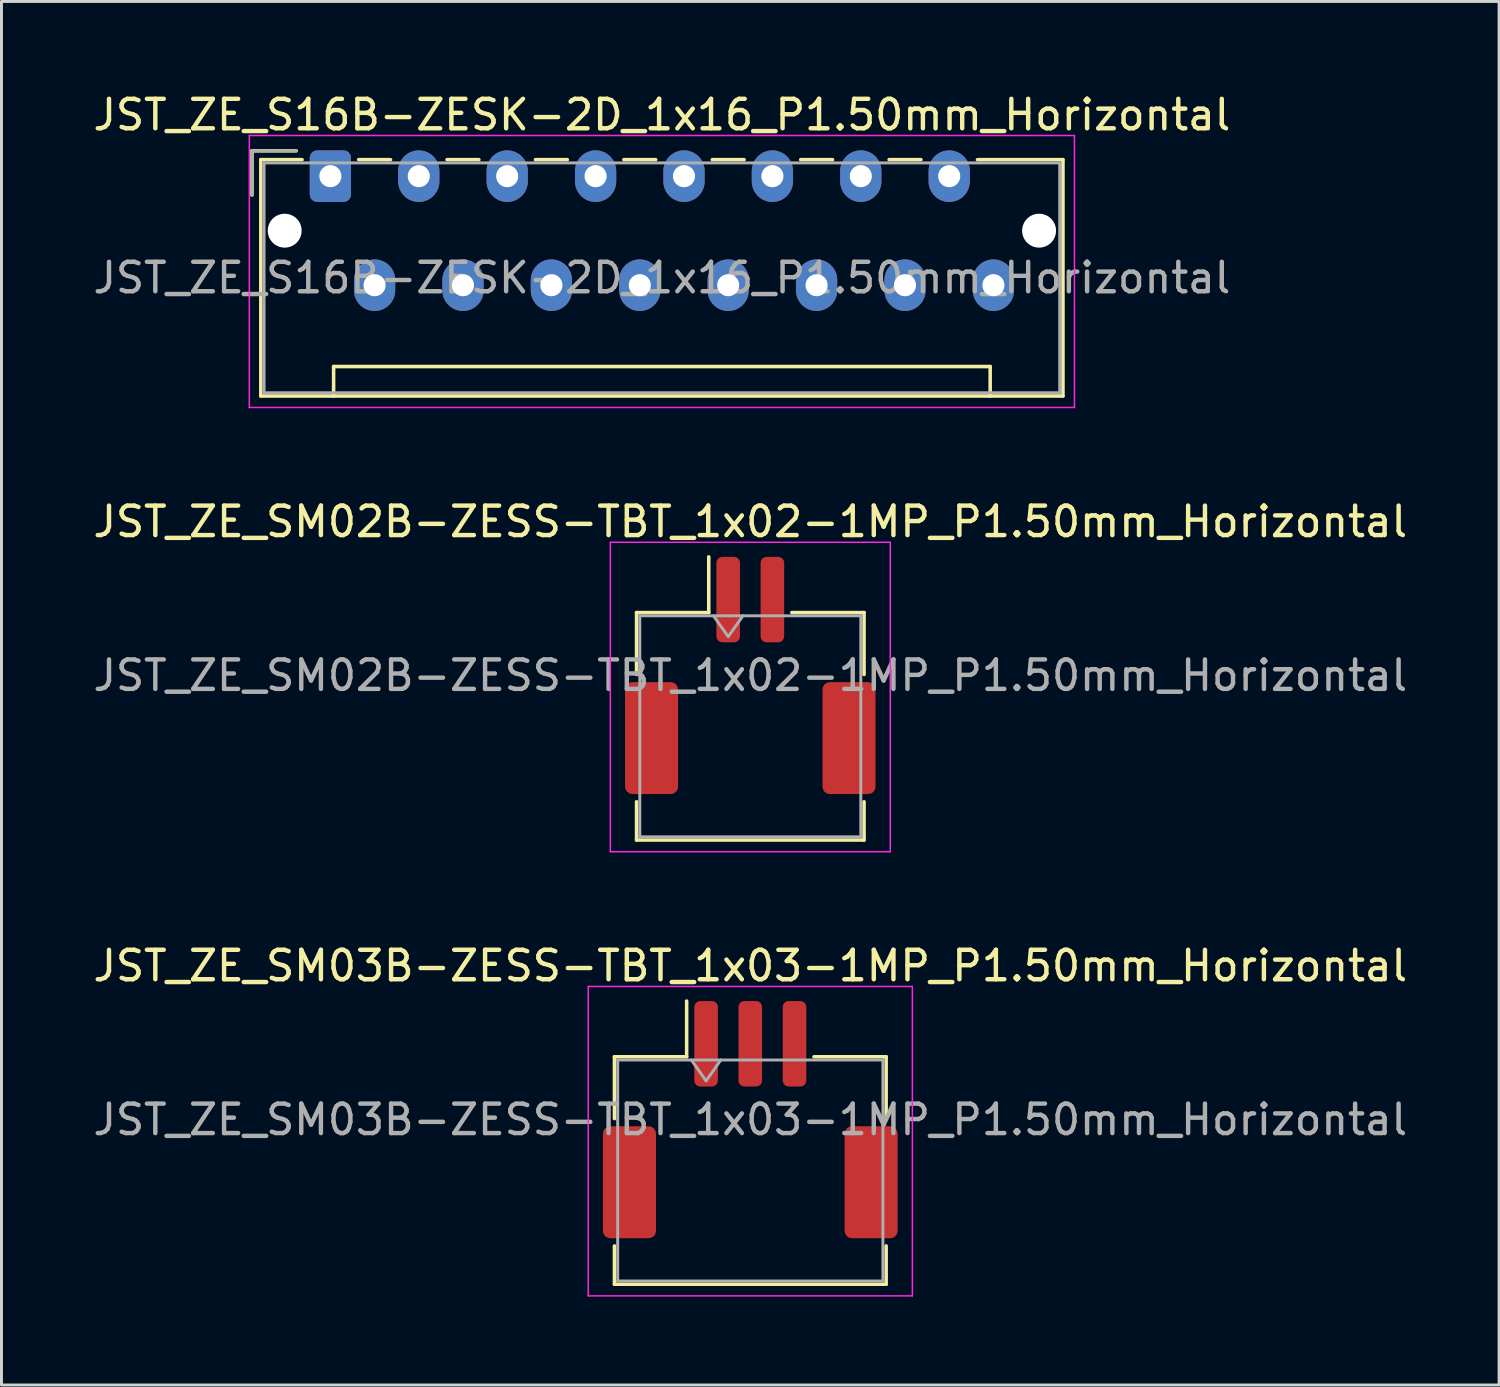
<source format=kicad_pcb>
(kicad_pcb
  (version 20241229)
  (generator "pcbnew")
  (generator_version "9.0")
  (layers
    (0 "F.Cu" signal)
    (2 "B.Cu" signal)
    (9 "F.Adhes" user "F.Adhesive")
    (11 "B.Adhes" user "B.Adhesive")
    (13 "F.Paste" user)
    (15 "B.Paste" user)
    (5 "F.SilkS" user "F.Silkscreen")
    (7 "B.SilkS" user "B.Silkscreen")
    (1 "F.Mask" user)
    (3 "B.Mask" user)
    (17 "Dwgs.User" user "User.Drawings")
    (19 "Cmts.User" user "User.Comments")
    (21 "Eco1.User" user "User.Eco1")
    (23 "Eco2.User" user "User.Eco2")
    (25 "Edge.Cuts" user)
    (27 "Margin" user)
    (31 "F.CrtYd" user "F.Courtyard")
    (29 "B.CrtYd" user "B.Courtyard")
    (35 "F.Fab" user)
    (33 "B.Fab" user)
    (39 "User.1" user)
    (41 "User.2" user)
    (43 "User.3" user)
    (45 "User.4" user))
  (footprint "JST_ZE_SM02B-ZESS-TBT_1x02-1MP_P1.50mm_Horizontal"
    (layer "F.Cu")
    (at 22.411 19.872)
    (property "Reference" "JST_ZE_SM02B-ZESS-TBT_1x02-1MP_P1.50mm_Horizontal" (at 0 -5.22 0) (layer "F.SilkS") (effects (font (size 1 1) (thickness 0.15))))
    (attr smd)
    (fp_line (start -3.86 -2.135) (end -1.41 -2.135) (stroke (width 0.12) (type solid)) (layer "F.SilkS"))
    (fp_line (start -3.86 -0.035) (end -3.86 -2.135) (stroke (width 0.12) (type solid)) (layer "F.SilkS"))
    (fp_line (start -3.86 4.285) (end -3.86 5.585) (stroke (width 0.12) (type solid)) (layer "F.SilkS"))
    (fp_line (start -3.86 5.585) (end 3.86 5.585) (stroke (width 0.12) (type solid)) (layer "F.SilkS"))
    (fp_line (start -1.41 -2.135) (end -1.41 -4.025) (stroke (width 0.12) (type solid)) (layer "F.SilkS"))
    (fp_line (start 3.86 -2.135) (end 1.41 -2.135) (stroke (width 0.12) (type solid)) (layer "F.SilkS"))
    (fp_line (start 3.86 -0.035) (end 3.86 -2.135) (stroke (width 0.12) (type solid)) (layer "F.SilkS"))
    (fp_line (start 3.86 5.585) (end 3.86 4.285) (stroke (width 0.12) (type solid)) (layer "F.SilkS"))
    (fp_line (start -4.75 -4.52) (end -4.75 5.98) (stroke (width 0.05) (type solid)) (layer "F.CrtYd"))
    (fp_line (start -4.75 5.98) (end 4.75 5.98) (stroke (width 0.05) (type solid)) (layer "F.CrtYd"))
    (fp_line (start 4.75 -4.52) (end -4.75 -4.52) (stroke (width 0.05) (type solid)) (layer "F.CrtYd"))
    (fp_line (start 4.75 5.98) (end 4.75 -4.52) (stroke (width 0.05) (type solid)) (layer "F.CrtYd"))
    (fp_line (start -3.75 -2.025) (end -3.75 5.475) (stroke (width 0.1) (type solid)) (layer "F.Fab"))
    (fp_line (start -3.75 -2.025) (end 3.75 -2.025) (stroke (width 0.1) (type solid)) (layer "F.Fab"))
    (fp_line (start -3.75 5.475) (end 3.75 5.475) (stroke (width 0.1) (type solid)) (layer "F.Fab"))
    (fp_line (start -1.25 -2.025) (end -0.75 -1.318) (stroke (width 0.1) (type solid)) (layer "F.Fab"))
    (fp_line (start -0.75 -1.318) (end -0.25 -2.025) (stroke (width 0.1) (type solid)) (layer "F.Fab"))
    (fp_line (start 3.75 -2.025) (end 3.75 5.475) (stroke (width 0.1) (type solid)) (layer "F.Fab"))
    (fp_text user "${REFERENCE}" (at 0 0 0) (layer "F.Fab") (effects (font (size 1 1) (thickness 0.15))))
    (pad "1" smd roundrect (at -0.75 -2.575) (size 0.8 2.9) (layers "F.Cu" "F.Mask" "F.Paste") (roundrect_rratio 0.25))
    (pad "2" smd roundrect (at 0.75 -2.575) (size 0.8 2.9) (layers "F.Cu" "F.Mask" "F.Paste") (roundrect_rratio 0.25))
    (pad "MP" smd roundrect (at -3.35 2.125) (size 1.8 3.8) (layers "F.Cu" "F.Mask" "F.Paste") (roundrect_rratio 0.139))
    (pad "MP" smd roundrect (at 3.35 2.125) (size 1.8 3.8) (layers "F.Cu" "F.Mask" "F.Paste") (roundrect_rratio 0.139)))
  (footprint "JST_ZE_S16B-ZESK-2D_1x16_P1.50mm_Horizontal"
    (layer "F.Cu")
    (at 8.161 2.928)
    (property "Reference" "JST_ZE_S16B-ZESK-2D_1x16_P1.50mm_Horizontal" (at 11.25 -2.08 0) (layer "F.SilkS") (effects (font (size 1 1) (thickness 0.15))))
    (attr through_hole)
    (fp_line (start -2.66 -0.86) (end -1.16 -0.86) (stroke (width 0.12) (type solid)) (layer "F.SilkS"))
    (fp_line (start -2.66 0.64) (end -2.66 -0.86) (stroke (width 0.12) (type solid)) (layer "F.SilkS"))
    (fp_line (start -2.36 -0.56) (end -2.36 7.46) (stroke (width 0.12) (type solid)) (layer "F.SilkS"))
    (fp_line (start -2.36 7.46) (end 24.86 7.46) (stroke (width 0.12) (type solid)) (layer "F.SilkS"))
    (fp_line (start -0.96 -0.56) (end -2.36 -0.56) (stroke (width 0.12) (type solid)) (layer "F.SilkS"))
    (fp_line (start 0.11 6.46) (end 22.39 6.46) (stroke (width 0.12) (type solid)) (layer "F.SilkS"))
    (fp_line (start 0.11 7.46) (end 0.11 6.46) (stroke (width 0.12) (type solid)) (layer "F.SilkS"))
    (fp_line (start 0.96 -0.56) (end 2.04 -0.56) (stroke (width 0.12) (type solid)) (layer "F.SilkS"))
    (fp_line (start 3.96 -0.56) (end 5.04 -0.56) (stroke (width 0.12) (type solid)) (layer "F.SilkS"))
    (fp_line (start 6.96 -0.56) (end 8.04 -0.56) (stroke (width 0.12) (type solid)) (layer "F.SilkS"))
    (fp_line (start 9.96 -0.56) (end 11.04 -0.56) (stroke (width 0.12) (type solid)) (layer "F.SilkS"))
    (fp_line (start 12.96 -0.56) (end 14.04 -0.56) (stroke (width 0.12) (type solid)) (layer "F.SilkS"))
    (fp_line (start 15.96 -0.56) (end 17.04 -0.56) (stroke (width 0.12) (type solid)) (layer "F.SilkS"))
    (fp_line (start 18.96 -0.56) (end 20.04 -0.56) (stroke (width 0.12) (type solid)) (layer "F.SilkS"))
    (fp_line (start 22.39 6.46) (end 22.39 7.46) (stroke (width 0.12) (type solid)) (layer "F.SilkS"))
    (fp_line (start 24.86 -0.56) (end 21.96 -0.56) (stroke (width 0.12) (type solid)) (layer "F.SilkS"))
    (fp_line (start 24.86 7.46) (end 24.86 -0.56) (stroke (width 0.12) (type solid)) (layer "F.SilkS"))
    (fp_line (start -2.75 -1.38) (end -2.75 7.85) (stroke (width 0.05) (type solid)) (layer "F.CrtYd"))
    (fp_line (start -2.75 7.85) (end 25.25 7.85) (stroke (width 0.05) (type solid)) (layer "F.CrtYd"))
    (fp_line (start 25.25 -1.38) (end -2.75 -1.38) (stroke (width 0.05) (type solid)) (layer "F.CrtYd"))
    (fp_line (start 25.25 7.85) (end 25.25 -1.38) (stroke (width 0.05) (type solid)) (layer "F.CrtYd"))
    (fp_line (start -2.66 -0.86) (end -1.16 -0.86) (stroke (width 0.1) (type solid)) (layer "F.Fab"))
    (fp_line (start -2.66 0.64) (end -2.66 -0.86) (stroke (width 0.1) (type solid)) (layer "F.Fab"))
    (fp_line (start -2.25 -0.45) (end -2.25 7.35) (stroke (width 0.1) (type solid)) (layer "F.Fab"))
    (fp_line (start -2.25 7.35) (end 24.75 7.35) (stroke (width 0.1) (type solid)) (layer "F.Fab"))
    (fp_line (start 24.75 -0.45) (end -2.25 -0.45) (stroke (width 0.1) (type solid)) (layer "F.Fab"))
    (fp_line (start 24.75 7.35) (end 24.75 -0.45) (stroke (width 0.1) (type solid)) (layer "F.Fab"))
    (fp_text user "${REFERENCE}" (at 11.25 3.45 0) (layer "F.Fab") (effects (font (size 1 1) (thickness 0.15))))
    (pad "" np_thru_hole circle (at -1.55 1.85) (size 1.15 1.15) (drill 1.15) (layers "*.Cu" "*.Mask"))
    (pad "" np_thru_hole circle (at 24.05 1.85) (size 1.15 1.15) (drill 1.15) (layers "*.Cu" "*.Mask"))
    (pad "1" thru_hole roundrect (at 0 0) (size 1.4 1.75) (drill 0.75) (layers "*.Cu" "*.Mask") (roundrect_rratio 0.179))
    (pad "2" thru_hole oval (at 1.5 3.7) (size 1.4 1.75) (drill 0.75) (layers "*.Cu" "*.Mask"))
    (pad "3" thru_hole oval (at 3 0) (size 1.4 1.75) (drill 0.75) (layers "*.Cu" "*.Mask"))
    (pad "4" thru_hole oval (at 4.5 3.7) (size 1.4 1.75) (drill 0.75) (layers "*.Cu" "*.Mask"))
    (pad "5" thru_hole oval (at 6 0) (size 1.4 1.75) (drill 0.75) (layers "*.Cu" "*.Mask"))
    (pad "6" thru_hole oval (at 7.5 3.7) (size 1.4 1.75) (drill 0.75) (layers "*.Cu" "*.Mask"))
    (pad "7" thru_hole oval (at 9 0) (size 1.4 1.75) (drill 0.75) (layers "*.Cu" "*.Mask"))
    (pad "8" thru_hole oval (at 10.5 3.7) (size 1.4 1.75) (drill 0.75) (layers "*.Cu" "*.Mask"))
    (pad "9" thru_hole oval (at 12 0) (size 1.4 1.75) (drill 0.75) (layers "*.Cu" "*.Mask"))
    (pad "10" thru_hole oval (at 13.5 3.7) (size 1.4 1.75) (drill 0.75) (layers "*.Cu" "*.Mask"))
    (pad "11" thru_hole oval (at 15 0) (size 1.4 1.75) (drill 0.75) (layers "*.Cu" "*.Mask"))
    (pad "12" thru_hole oval (at 16.5 3.7) (size 1.4 1.75) (drill 0.75) (layers "*.Cu" "*.Mask"))
    (pad "13" thru_hole oval (at 18 0) (size 1.4 1.75) (drill 0.75) (layers "*.Cu" "*.Mask"))
    (pad "14" thru_hole oval (at 19.5 3.7) (size 1.4 1.75) (drill 0.75) (layers "*.Cu" "*.Mask"))
    (pad "15" thru_hole oval (at 21 0) (size 1.4 1.75) (drill 0.75) (layers "*.Cu" "*.Mask"))
    (pad "16" thru_hole oval (at 22.5 3.7) (size 1.4 1.75) (drill 0.75) (layers "*.Cu" "*.Mask")))
  (footprint "JST_ZE_SM03B-ZESS-TBT_1x03-1MP_P1.50mm_Horizontal"
    (layer "F.Cu")
    (at 22.411 34.945)
    (property "Reference" "JST_ZE_SM03B-ZESS-TBT_1x03-1MP_P1.50mm_Horizontal" (at 0 -5.22 0) (layer "F.SilkS") (effects (font (size 1 1) (thickness 0.15))))
    (attr smd)
    (fp_line (start -4.61 -2.135) (end -2.16 -2.135) (stroke (width 0.12) (type solid)) (layer "F.SilkS"))
    (fp_line (start -4.61 -0.035) (end -4.61 -2.135) (stroke (width 0.12) (type solid)) (layer "F.SilkS"))
    (fp_line (start -4.61 4.285) (end -4.61 5.585) (stroke (width 0.12) (type solid)) (layer "F.SilkS"))
    (fp_line (start -4.61 5.585) (end 4.61 5.585) (stroke (width 0.12) (type solid)) (layer "F.SilkS"))
    (fp_line (start -2.16 -2.135) (end -2.16 -4.025) (stroke (width 0.12) (type solid)) (layer "F.SilkS"))
    (fp_line (start 4.61 -2.135) (end 2.16 -2.135) (stroke (width 0.12) (type solid)) (layer "F.SilkS"))
    (fp_line (start 4.61 -0.035) (end 4.61 -2.135) (stroke (width 0.12) (type solid)) (layer "F.SilkS"))
    (fp_line (start 4.61 5.585) (end 4.61 4.285) (stroke (width 0.12) (type solid)) (layer "F.SilkS"))
    (fp_line (start -5.5 -4.52) (end -5.5 5.98) (stroke (width 0.05) (type solid)) (layer "F.CrtYd"))
    (fp_line (start -5.5 5.98) (end 5.5 5.98) (stroke (width 0.05) (type solid)) (layer "F.CrtYd"))
    (fp_line (start 5.5 -4.52) (end -5.5 -4.52) (stroke (width 0.05) (type solid)) (layer "F.CrtYd"))
    (fp_line (start 5.5 5.98) (end 5.5 -4.52) (stroke (width 0.05) (type solid)) (layer "F.CrtYd"))
    (fp_line (start -4.5 -2.025) (end -4.5 5.475) (stroke (width 0.1) (type solid)) (layer "F.Fab"))
    (fp_line (start -4.5 -2.025) (end 4.5 -2.025) (stroke (width 0.1) (type solid)) (layer "F.Fab"))
    (fp_line (start -4.5 5.475) (end 4.5 5.475) (stroke (width 0.1) (type solid)) (layer "F.Fab"))
    (fp_line (start -2 -2.025) (end -1.5 -1.318) (stroke (width 0.1) (type solid)) (layer "F.Fab"))
    (fp_line (start -1.5 -1.318) (end -1 -2.025) (stroke (width 0.1) (type solid)) (layer "F.Fab"))
    (fp_line (start 4.5 -2.025) (end 4.5 5.475) (stroke (width 0.1) (type solid)) (layer "F.Fab"))
    (fp_text user "${REFERENCE}" (at 0 0 0) (layer "F.Fab") (effects (font (size 1 1) (thickness 0.15))))
    (pad "1" smd roundrect (at -1.5 -2.575) (size 0.8 2.9) (layers "F.Cu" "F.Mask" "F.Paste") (roundrect_rratio 0.25))
    (pad "2" smd roundrect (at 0 -2.575) (size 0.8 2.9) (layers "F.Cu" "F.Mask" "F.Paste") (roundrect_rratio 0.25))
    (pad "3" smd roundrect (at 1.5 -2.575) (size 0.8 2.9) (layers "F.Cu" "F.Mask" "F.Paste") (roundrect_rratio 0.25))
    (pad "MP" smd roundrect (at -4.1 2.125) (size 1.8 3.8) (layers "F.Cu" "F.Mask" "F.Paste") (roundrect_rratio 0.139))
    (pad "MP" smd roundrect (at 4.1 2.125) (size 1.8 3.8) (layers "F.Cu" "F.Mask" "F.Paste") (roundrect_rratio 0.139)))
  (gr_rect
    (start -3 -3)
    (end 47.821 43.95)
    (stroke (width 0.1) (type default))
    (fill no)
    (layer "Edge.Cuts")))
</source>
